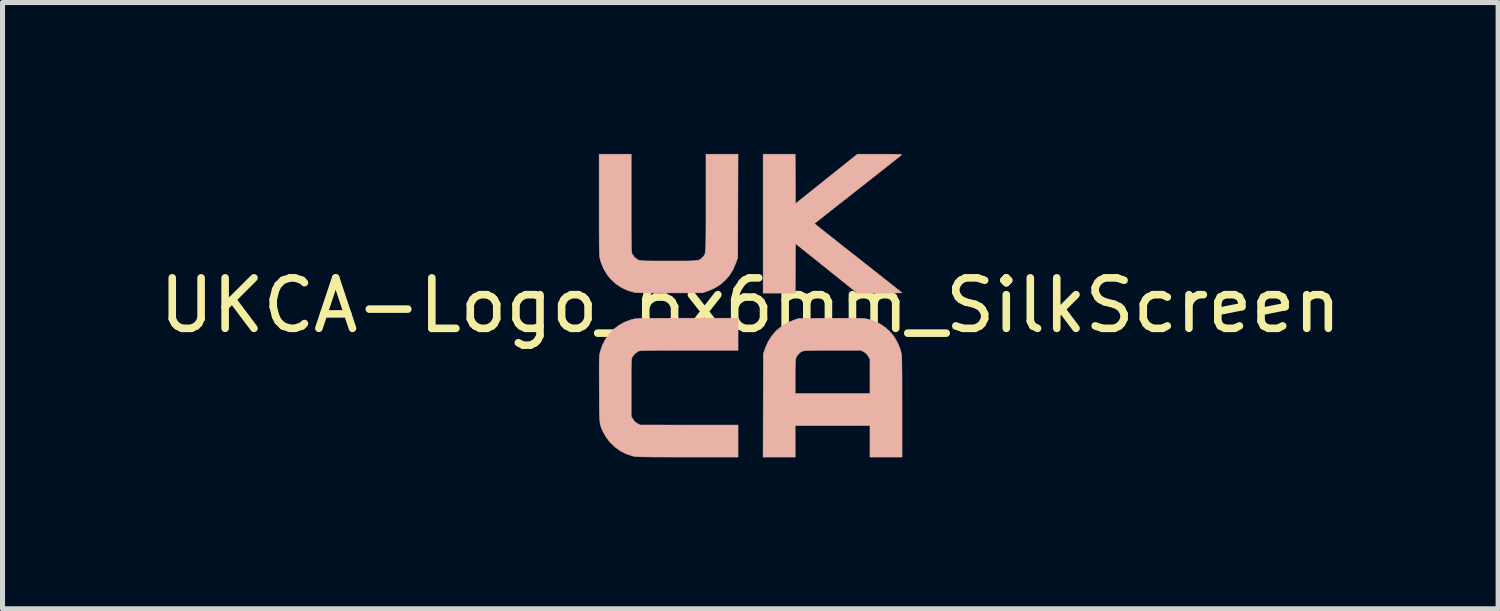
<source format=kicad_pcb>
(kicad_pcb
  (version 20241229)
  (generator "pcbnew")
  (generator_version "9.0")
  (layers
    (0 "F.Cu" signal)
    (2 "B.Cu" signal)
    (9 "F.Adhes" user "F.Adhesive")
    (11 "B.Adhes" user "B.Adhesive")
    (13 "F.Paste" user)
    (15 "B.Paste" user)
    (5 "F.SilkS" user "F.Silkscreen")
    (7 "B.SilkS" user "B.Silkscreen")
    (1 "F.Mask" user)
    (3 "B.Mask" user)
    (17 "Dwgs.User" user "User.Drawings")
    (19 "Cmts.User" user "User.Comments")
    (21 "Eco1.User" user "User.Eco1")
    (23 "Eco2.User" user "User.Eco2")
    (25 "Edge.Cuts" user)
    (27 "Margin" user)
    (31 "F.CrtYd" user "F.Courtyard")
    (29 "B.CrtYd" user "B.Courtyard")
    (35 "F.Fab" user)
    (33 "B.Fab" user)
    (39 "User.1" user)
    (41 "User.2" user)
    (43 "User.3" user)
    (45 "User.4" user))
  (footprint "UKCA-Logo_6x6mm_SilkScreen"
    (layer "F.Cu")
    (at 11.815 3)
    (property "Reference" "UKCA-Logo_6x6mm_SilkScreen" (at 0 0 0) (layer "F.SilkS") (effects (font (size 1 1) (thickness 0.15))))
    (attr exclude_from_pos_files exclude_from_bom allow_missing_courtyard)
    (fp_poly (pts (xy 0.892 -2.504) (xy 0.894 -2.013) (xy 2.122 -2.995) (xy 2.566 -2.995) (xy 2.676 -2.995) (xy 2.766 -2.995) (xy 2.838 -2.994) (xy 2.895 -2.993) (xy 2.937 -2.992) (xy 2.966 -2.991) (xy 2.985 -2.988) (xy 2.994 -2.986) (xy 2.996 -2.982) (xy 2.995 -2.98) (xy 2.984 -2.972) (xy 2.959 -2.951) (xy 2.918 -2.919) (xy 2.865 -2.877) (xy 2.799 -2.825) (xy 2.722 -2.764) (xy 2.636 -2.696) (xy 2.541 -2.621) (xy 2.438 -2.54) (xy 2.328 -2.454) (xy 2.214 -2.364) (xy 2.127 -2.296) (xy 2.01 -2.204) (xy 1.897 -2.115) (xy 1.79 -2.031) (xy 1.69 -1.952) (xy 1.598 -1.88) (xy 1.515 -1.814) (xy 1.443 -1.757) (xy 1.381 -1.708) (xy 1.333 -1.67) (xy 1.298 -1.642) (xy 1.278 -1.625) (xy 1.273 -1.621) (xy 1.281 -1.613) (xy 1.304 -1.594) (xy 1.342 -1.563) (xy 1.394 -1.522) (xy 1.457 -1.471) (xy 1.532 -1.412) (xy 1.617 -1.344) (xy 1.711 -1.27) (xy 1.813 -1.189) (xy 1.921 -1.104) (xy 2.036 -1.014) (xy 2.134 -0.937) (xy 2.252 -0.844) (xy 2.366 -0.754) (xy 2.474 -0.669) (xy 2.575 -0.59) (xy 2.668 -0.516) (xy 2.752 -0.45) (xy 2.826 -0.392) (xy 2.888 -0.343) (xy 2.938 -0.303) (xy 2.974 -0.274) (xy 2.996 -0.257) (xy 3.002 -0.251) (xy 2.993 -0.25) (xy 2.965 -0.248) (xy 2.92 -0.247) (xy 2.86 -0.245) (xy 2.788 -0.245) (xy 2.705 -0.244) (xy 2.614 -0.243) (xy 2.564 -0.243) (xy 2.122 -0.243) (xy 0.894 -1.226) (xy 0.892 -0.734) (xy 0.889 -0.243) (xy 0.254 -0.243) (xy 0.254 -2.995) (xy 0.889 -2.995) (xy 0.892 -2.504)) (stroke (width 0.01) (type solid)) (fill yes) (layer "B.SilkS"))
    (fp_poly (pts (xy 2.024 0.255) (xy 2.092 0.256) (xy 2.148 0.257) (xy 2.194 0.258) (xy 2.23 0.26) (xy 2.26 0.263) (xy 2.284 0.265) (xy 2.305 0.269) (xy 2.311 0.27) (xy 2.439 0.306) (xy 2.558 0.361) (xy 2.667 0.433) (xy 2.764 0.519) (xy 2.847 0.62) (xy 2.914 0.732) (xy 2.965 0.855) (xy 2.985 0.924) (xy 2.988 0.939) (xy 2.991 0.955) (xy 2.994 0.973) (xy 2.996 0.993) (xy 2.998 1.019) (xy 3 1.05) (xy 3.001 1.089) (xy 3.003 1.137) (xy 3.003 1.194) (xy 3.004 1.263) (xy 3.005 1.345) (xy 3.005 1.441) (xy 3.005 1.553) (xy 3.005 1.682) (xy 3.006 1.829) (xy 3.006 1.995) (xy 3.006 2.008) (xy 3.006 3.006) (xy 2.371 3.006) (xy 2.371 2.381) (xy 0.889 2.381) (xy 0.889 3.006) (xy 0.253 3.006) (xy 0.256 1.982) (xy 0.258 1.407) (xy 0.889 1.407) (xy 0.889 1.746) (xy 2.371 1.746) (xy 2.371 1.063) (xy 2.336 1.005) (xy 2.307 0.964) (xy 2.274 0.935) (xy 2.245 0.919) (xy 2.188 0.889) (xy 1.631 0.889) (xy 1.503 0.889) (xy 1.394 0.889) (xy 1.303 0.89) (xy 1.228 0.891) (xy 1.167 0.893) (xy 1.117 0.895) (xy 1.079 0.899) (xy 1.048 0.904) (xy 1.025 0.911) (xy 1.006 0.919) (xy 0.991 0.929) (xy 0.977 0.942) (xy 0.963 0.957) (xy 0.956 0.964) (xy 0.938 0.984) (xy 0.924 1.002) (xy 0.913 1.022) (xy 0.904 1.045) (xy 0.898 1.075) (xy 0.894 1.114) (xy 0.891 1.164) (xy 0.89 1.228) (xy 0.889 1.308) (xy 0.889 1.407) (xy 0.258 1.407) (xy 0.259 0.958) (xy 0.294 0.857) (xy 0.35 0.727) (xy 0.421 0.611) (xy 0.509 0.509) (xy 0.611 0.422) (xy 0.727 0.35) (xy 0.857 0.294) (xy 0.857 0.294) (xy 0.958 0.259) (xy 1.593 0.256) (xy 1.728 0.256) (xy 1.844 0.255) (xy 1.942 0.255) (xy 2.024 0.255)) (stroke (width 0.01) (type solid)) (fill yes) (layer "B.SilkS"))
    (fp_poly (pts (xy -2.36 -2.026) (xy -2.36 -1.861) (xy -2.36 -1.716) (xy -2.36 -1.589) (xy -2.36 -1.48) (xy -2.359 -1.386) (xy -2.359 -1.307) (xy -2.358 -1.241) (xy -2.357 -1.186) (xy -2.356 -1.143) (xy -2.355 -1.108) (xy -2.353 -1.081) (xy -2.351 -1.061) (xy -2.349 -1.046) (xy -2.346 -1.034) (xy -2.343 -1.025) (xy -2.34 -1.018) (xy -2.338 -1.014) (xy -2.297 -0.955) (xy -2.243 -0.912) (xy -2.217 -0.898) (xy -2.207 -0.894) (xy -2.194 -0.89) (xy -2.178 -0.887) (xy -2.157 -0.885) (xy -2.128 -0.883) (xy -2.089 -0.882) (xy -2.04 -0.88) (xy -1.978 -0.88) (xy -1.902 -0.879) (xy -1.809 -0.879) (xy -1.698 -0.879) (xy -1.619 -0.879) (xy -1.491 -0.879) (xy -1.383 -0.879) (xy -1.292 -0.879) (xy -1.217 -0.88) (xy -1.155 -0.882) (xy -1.106 -0.885) (xy -1.068 -0.889) (xy -1.037 -0.894) (xy -1.014 -0.9) (xy -0.996 -0.909) (xy -0.98 -0.919) (xy -0.967 -0.931) (xy -0.952 -0.946) (xy -0.945 -0.954) (xy -0.934 -0.965) (xy -0.924 -0.976) (xy -0.916 -0.986) (xy -0.908 -0.998) (xy -0.902 -1.012) (xy -0.896 -1.031) (xy -0.892 -1.056) (xy -0.888 -1.087) (xy -0.885 -1.126) (xy -0.883 -1.174) (xy -0.881 -1.234) (xy -0.88 -1.305) (xy -0.879 -1.39) (xy -0.879 -1.49) (xy -0.878 -1.605) (xy -0.878 -1.738) (xy -0.878 -1.89) (xy -0.878 -2.032) (xy -0.878 -2.995) (xy -0.243 -2.995) (xy -0.246 -1.971) (xy -0.249 -0.947) (xy -0.284 -0.847) (xy -0.339 -0.716) (xy -0.41 -0.6) (xy -0.497 -0.499) (xy -0.598 -0.412) (xy -0.714 -0.34) (xy -0.845 -0.284) (xy -0.847 -0.284) (xy -0.947 -0.249) (xy -1.593 -0.247) (xy -1.732 -0.246) (xy -1.852 -0.246) (xy -1.954 -0.246) (xy -2.04 -0.247) (xy -2.111 -0.248) (xy -2.168 -0.249) (xy -2.214 -0.251) (xy -2.25 -0.253) (xy -2.278 -0.255) (xy -2.299 -0.258) (xy -2.306 -0.26) (xy -2.435 -0.298) (xy -2.555 -0.355) (xy -2.664 -0.429) (xy -2.761 -0.517) (xy -2.843 -0.619) (xy -2.909 -0.733) (xy -2.958 -0.856) (xy -2.974 -0.913) (xy -2.978 -0.928) (xy -2.981 -0.944) (xy -2.983 -0.962) (xy -2.986 -0.983) (xy -2.988 -1.008) (xy -2.989 -1.04) (xy -2.991 -1.079) (xy -2.992 -1.126) (xy -2.993 -1.184) (xy -2.994 -1.253) (xy -2.994 -1.335) (xy -2.995 -1.431) (xy -2.995 -1.543) (xy -2.995 -1.671) (xy -2.995 -1.818) (xy -2.995 -1.985) (xy -2.995 -1.998) (xy -2.995 -2.995) (xy -2.36 -2.995) (xy -2.36 -2.026)) (stroke (width 0.01) (type solid)) (fill yes) (layer "B.SilkS"))
    (fp_poly (pts (xy -0.243 0.889) (xy -1.209 0.889) (xy -1.374 0.889) (xy -1.52 0.889) (xy -1.647 0.89) (xy -1.756 0.89) (xy -1.85 0.89) (xy -1.93 0.891) (xy -1.996 0.892) (xy -2.05 0.892) (xy -2.094 0.894) (xy -2.129 0.895) (xy -2.156 0.897) (xy -2.176 0.899) (xy -2.192 0.901) (xy -2.203 0.904) (xy -2.212 0.907) (xy -2.217 0.909) (xy -2.278 0.947) (xy -2.324 1) (xy -2.338 1.025) (xy -2.343 1.035) (xy -2.347 1.046) (xy -2.35 1.059) (xy -2.353 1.076) (xy -2.355 1.1) (xy -2.357 1.132) (xy -2.358 1.173) (xy -2.359 1.226) (xy -2.36 1.292) (xy -2.36 1.373) (xy -2.36 1.471) (xy -2.36 1.588) (xy -2.36 1.632) (xy -2.36 2.196) (xy -2.328 2.251) (xy -2.296 2.297) (xy -2.254 2.331) (xy -2.241 2.339) (xy -2.185 2.37) (xy -1.214 2.371) (xy -0.243 2.371) (xy -0.243 3.006) (xy -1.246 3.005) (xy -1.415 3.005) (xy -1.564 3.005) (xy -1.694 3.004) (xy -1.807 3.004) (xy -1.905 3.004) (xy -1.988 3.003) (xy -2.058 3.002) (xy -2.117 3.001) (xy -2.166 3) (xy -2.205 2.999) (xy -2.237 2.997) (xy -2.263 2.995) (xy -2.284 2.993) (xy -2.302 2.99) (xy -2.317 2.987) (xy -2.332 2.984) (xy -2.334 2.983) (xy -2.458 2.942) (xy -2.574 2.883) (xy -2.681 2.806) (xy -2.776 2.715) (xy -2.856 2.611) (xy -2.911 2.514) (xy -2.926 2.482) (xy -2.939 2.454) (xy -2.951 2.427) (xy -2.96 2.401) (xy -2.968 2.373) (xy -2.974 2.342) (xy -2.979 2.305) (xy -2.983 2.261) (xy -2.986 2.207) (xy -2.988 2.143) (xy -2.99 2.066) (xy -2.991 1.975) (xy -2.991 1.867) (xy -2.992 1.741) (xy -2.993 1.659) (xy -2.993 1.526) (xy -2.994 1.412) (xy -2.994 1.316) (xy -2.994 1.236) (xy -2.994 1.169) (xy -2.993 1.115) (xy -2.992 1.071) (xy -2.99 1.035) (xy -2.988 1.007) (xy -2.985 0.983) (xy -2.982 0.962) (xy -2.978 0.943) (xy -2.974 0.923) (xy -2.933 0.796) (xy -2.874 0.678) (xy -2.799 0.571) (xy -2.709 0.477) (xy -2.606 0.397) (xy -2.491 0.333) (xy -2.366 0.286) (xy -2.301 0.27) (xy -2.286 0.267) (xy -2.266 0.265) (xy -2.239 0.263) (xy -2.206 0.261) (xy -2.163 0.259) (xy -2.111 0.258) (xy -2.047 0.257) (xy -1.971 0.256) (xy -1.881 0.256) (xy -1.776 0.255) (xy -1.655 0.255) (xy -1.516 0.254) (xy -1.358 0.254) (xy -1.236 0.254) (xy -0.243 0.254) (xy -0.243 0.889)) (stroke (width 0.01) (type solid)) (fill yes) (layer "B.SilkS")))
  (gr_rect
    (start -3 -3)
    (end 26.631 9.011)
    (stroke (width 0.1) (type default))
    (fill no)
    (layer "Edge.Cuts")))
</source>
